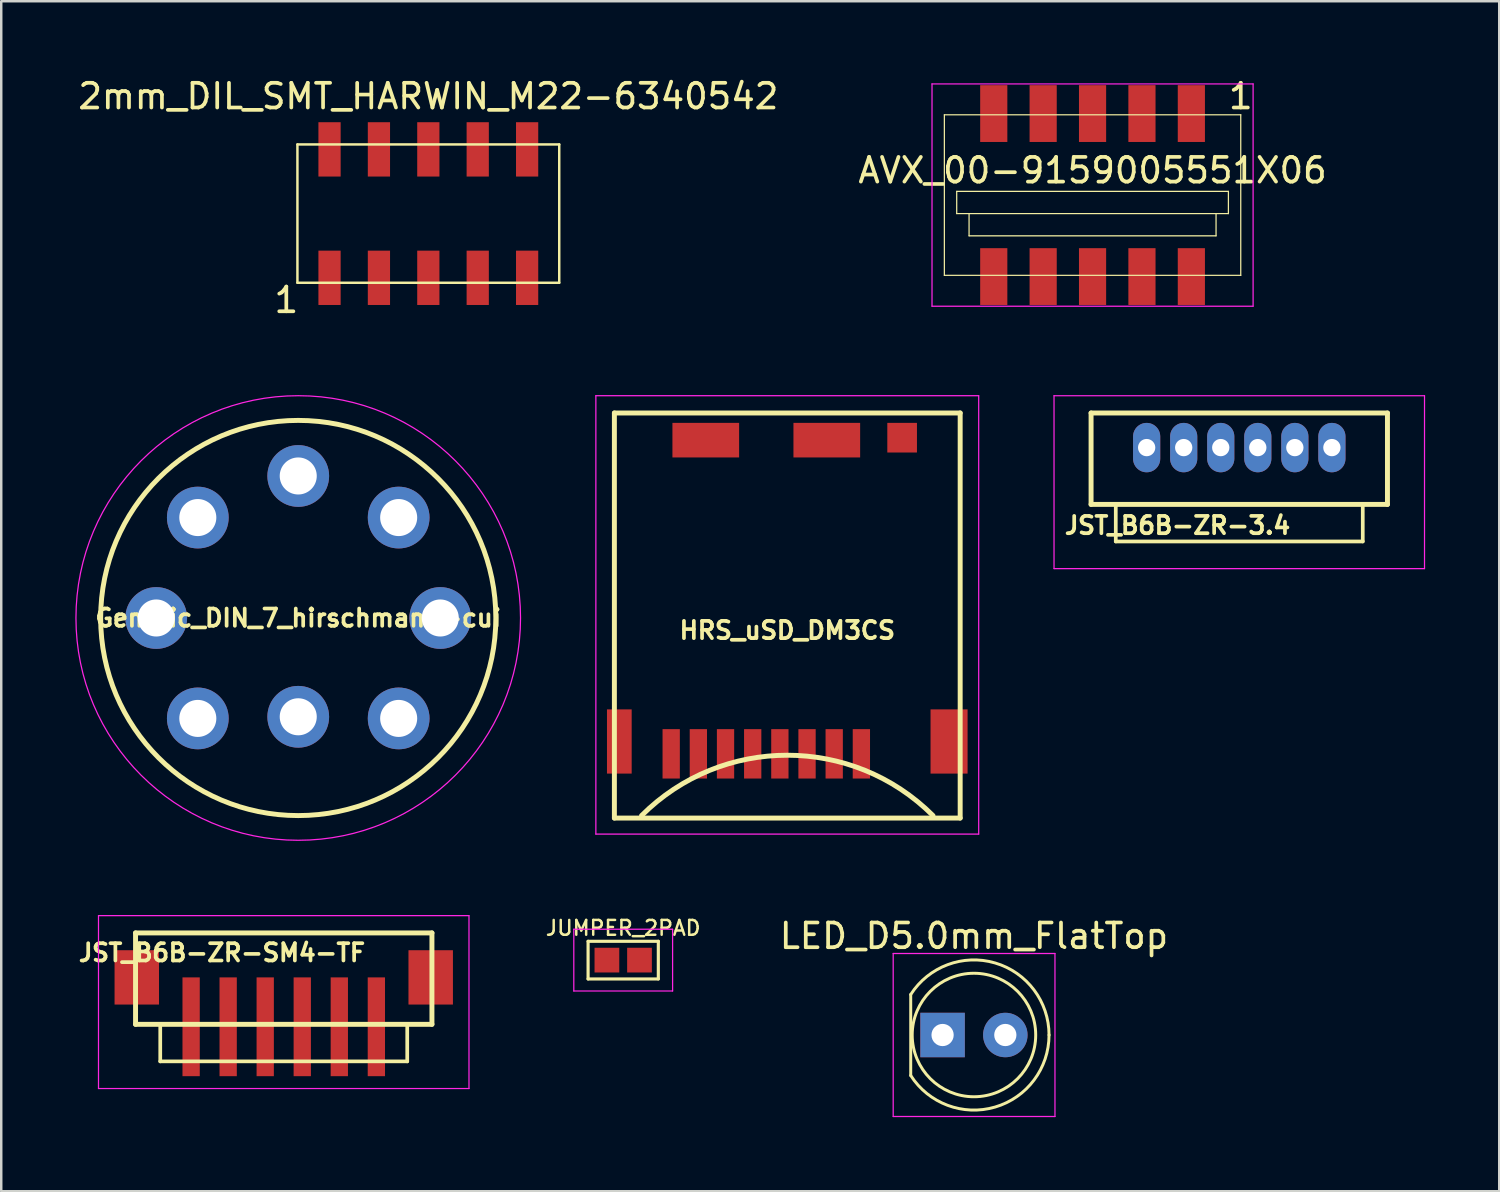
<source format=kicad_pcb>
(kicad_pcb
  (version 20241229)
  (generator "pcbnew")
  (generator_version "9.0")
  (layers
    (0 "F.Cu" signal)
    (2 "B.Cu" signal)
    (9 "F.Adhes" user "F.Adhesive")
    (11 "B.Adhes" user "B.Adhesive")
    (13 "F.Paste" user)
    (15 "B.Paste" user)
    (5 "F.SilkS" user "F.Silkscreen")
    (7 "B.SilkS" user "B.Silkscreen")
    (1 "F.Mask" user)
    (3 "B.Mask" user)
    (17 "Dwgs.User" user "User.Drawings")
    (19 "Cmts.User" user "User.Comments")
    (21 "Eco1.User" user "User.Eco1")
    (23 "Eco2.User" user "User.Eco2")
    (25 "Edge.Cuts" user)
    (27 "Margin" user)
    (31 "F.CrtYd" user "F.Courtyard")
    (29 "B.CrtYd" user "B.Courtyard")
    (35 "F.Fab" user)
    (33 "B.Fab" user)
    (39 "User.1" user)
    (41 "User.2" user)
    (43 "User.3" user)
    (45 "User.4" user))
  (footprint "AVX_00-9159005551X06"
    (layer "F.Cu")
    (at 41.185 4.848)
    (property "Reference" "AVX_00-9159005551X06" (at 0 -1 0) (layer "F.SilkS") (effects (font (size 1 1) (thickness 0.15))))
    (attr through_hole)
    (fp_line (start -6 -3.25) (end 6 -3.25) (stroke (width 0.05) (type solid)) (layer "F.SilkS"))
    (fp_line (start -6 3.25) (end -6 -3.25) (stroke (width 0.05) (type solid)) (layer "F.SilkS"))
    (fp_line (start -5.5 -0.15) (end -5.5 0.75) (stroke (width 0.05) (type solid)) (layer "F.SilkS"))
    (fp_line (start -5.5 -0.15) (end 5.5 -0.15) (stroke (width 0.05) (type solid)) (layer "F.SilkS"))
    (fp_line (start -5.5 0.75) (end 5.5 0.75) (stroke (width 0.05) (type solid)) (layer "F.SilkS"))
    (fp_line (start -5 1.65) (end -5 0.75) (stroke (width 0.05) (type solid)) (layer "F.SilkS"))
    (fp_line (start -5 1.65) (end 5 1.65) (stroke (width 0.05) (type solid)) (layer "F.SilkS"))
    (fp_line (start 5 1.65) (end 5 0.75) (stroke (width 0.05) (type solid)) (layer "F.SilkS"))
    (fp_line (start 5.5 0.75) (end 5.5 -0.15) (stroke (width 0.05) (type solid)) (layer "F.SilkS"))
    (fp_line (start 6 -3.25) (end 6 3.25) (stroke (width 0.05) (type solid)) (layer "F.SilkS"))
    (fp_line (start 6 3.25) (end -6 3.25) (stroke (width 0.05) (type solid)) (layer "F.SilkS"))
    (fp_line (start -6.5 -4.5) (end 6.5 -4.5) (stroke (width 0.05) (type solid)) (layer "F.CrtYd"))
    (fp_line (start -6.5 4.5) (end -6.5 -4.5) (stroke (width 0.05) (type solid)) (layer "F.CrtYd"))
    (fp_line (start 6.5 -4.5) (end 6.5 4.5) (stroke (width 0.05) (type solid)) (layer "F.CrtYd"))
    (fp_line (start 6.5 4.5) (end -6.5 4.5) (stroke (width 0.05) (type solid)) (layer "F.CrtYd"))
    (fp_text user "1" (at 6 -4 0) (layer "F.SilkS") (effects (font (size 1 1) (thickness 0.15))))
    (pad "1" smd rect (at 4 -3.3) (size 1.1 2.3) (layers "F.Cu" "F.Mask"))
    (pad "1" smd rect (at 4 3.3) (size 1.1 2.3) (layers "F.Cu" "F.Mask"))
    (pad "2" smd rect (at 2 -3.3) (size 1.1 2.3) (layers "F.Cu" "F.Mask"))
    (pad "2" smd rect (at 2 3.3) (size 1.1 2.3) (layers "F.Cu" "F.Mask"))
    (pad "3" smd rect (at 0 -3.3) (size 1.1 2.3) (layers "F.Cu" "F.Mask"))
    (pad "3" smd rect (at 0 3.3) (size 1.1 2.3) (layers "F.Cu" "F.Mask"))
    (pad "4" smd rect (at -2 -3.3) (size 1.1 2.3) (layers "F.Cu" "F.Mask"))
    (pad "4" smd rect (at -2 3.3) (size 1.1 2.3) (layers "F.Cu" "F.Mask"))
    (pad "5" smd rect (at -4 -3.3) (size 1.1 2.3) (layers "F.Cu" "F.Mask"))
    (pad "5" smd rect (at -4 3.3) (size 1.1 2.3) (layers "F.Cu" "F.Mask")))
  (footprint "HRS_uSD_DM3CS"
    (layer "F.Cu")
    (at 31.825 27.471)
    (property "Reference" "HRS_uSD_DM3CS" (at -3 -5 0) (layer "F.SilkS") (effects (font (size 0.7 0.7) (thickness 0.15))))
    (attr through_hole)
    (fp_line (start -10 -13.8) (end -10 2.6) (stroke (width 0.2) (type solid)) (layer "F.SilkS"))
    (fp_line (start -10 2.6) (end 4 2.6) (stroke (width 0.2) (type solid)) (layer "F.SilkS"))
    (fp_line (start 4 -13.8) (end -10 -13.8) (stroke (width 0.2) (type solid)) (layer "F.SilkS"))
    (fp_line (start 4 -13.8) (end 4 2.6) (stroke (width 0.2) (type solid)) (layer "F.SilkS"))
    (fp_arc (start -8.9 2.5) (mid -3 0.05614) (end 2.9 2.5) (stroke (width 0.2) (type solid)) (layer "F.SilkS"))
    (fp_line (start -10.75 -14.5) (end -10.75 3.25) (stroke (width 0.05) (type solid)) (layer "F.CrtYd"))
    (fp_line (start -10.75 -14.5) (end 4.75 -14.5) (stroke (width 0.05) (type solid)) (layer "F.CrtYd"))
    (fp_line (start -10.75 3.25) (end 4.75 3.25) (stroke (width 0.05) (type solid)) (layer "F.CrtYd"))
    (fp_line (start 4.75 -14.5) (end 4.75 3.25) (stroke (width 0.05) (type solid)) (layer "F.CrtYd"))
    (pad "1" smd rect (at 0 0) (size 0.7 2) (layers "F.Cu" "F.Mask"))
    (pad "2" smd rect (at -1.1 0) (size 0.7 2) (layers "F.Cu" "F.Mask"))
    (pad "3" smd rect (at -2.2 0) (size 0.7 2) (layers "F.Cu" "F.Mask"))
    (pad "4" smd rect (at -3.3 0) (size 0.7 2) (layers "F.Cu" "F.Mask"))
    (pad "5" smd rect (at -4.4 0) (size 0.7 2) (layers "F.Cu" "F.Mask"))
    (pad "6" smd rect (at -5.5 0) (size 0.7 2) (layers "F.Cu" "F.Mask"))
    (pad "7" smd rect (at -6.6 0) (size 0.7 2) (layers "F.Cu" "F.Mask"))
    (pad "8" smd rect (at -7.7 0) (size 0.7 2) (layers "F.Cu" "F.Mask"))
    (pad "9" smd rect (at -1.4 -12.7) (size 2.7 1.4) (layers "F.Cu" "F.Mask"))
    (pad "10" smd rect (at -9.8 -0.5) (size 1 2.6) (layers "F.Cu" "F.Mask"))
    (pad "10" smd rect (at -6.3 -12.7) (size 2.7 1.4) (layers "F.Cu" "F.Mask"))
    (pad "10" smd rect (at 1.65 -12.8) (size 1.2 1.2) (layers "F.Cu" "F.Mask"))
    (pad "10" smd rect (at 3.55 -0.5) (size 1.5 2.6) (layers "F.Cu" "F.Mask")))
  (footprint "2mm_DIL_SMT_HARWIN_M22-6340542"
    (layer "F.Cu")
    (at 14.292 5.598)
    (property "Reference" "2mm_DIL_SMT_HARWIN_M22-6340542" (at 0 -4.75 0) (layer "F.SilkS") (effects (font (size 1 1) (thickness 0.15))))
    (attr through_hole)
    (fp_line (start -5.3 -2.8) (end -5.3 2.8) (stroke (width 0.1) (type solid)) (layer "F.SilkS"))
    (fp_line (start -5.3 -2.8) (end 5.3 -2.8) (stroke (width 0.1) (type solid)) (layer "F.SilkS"))
    (fp_line (start -5.3 2.8) (end 5.3 2.8) (stroke (width 0.1) (type solid)) (layer "F.SilkS"))
    (fp_line (start 5.3 -2.8) (end 5.3 2.8) (stroke (width 0.1) (type solid)) (layer "F.SilkS"))
    (fp_text user "1" (at -5.75 3.5 0) (layer "F.SilkS") (effects (font (size 1 1) (thickness 0.15))))
    (pad "1" smd rect (at -4 2.6) (size 0.9 2.2) (layers "F.Cu" "F.Mask"))
    (pad "2" smd rect (at -4 -2.6) (size 0.9 2.2) (layers "F.Cu" "F.Mask"))
    (pad "3" smd rect (at -2 2.6) (size 0.9 2.2) (layers "F.Cu" "F.Mask"))
    (pad "4" smd rect (at -2 -2.6) (size 0.9 2.2) (layers "F.Cu" "F.Mask"))
    (pad "5" smd rect (at 0 2.6) (size 0.9 2.2) (layers "F.Cu" "F.Mask"))
    (pad "6" smd rect (at 0 -2.6) (size 0.9 2.2) (layers "F.Cu" "F.Mask"))
    (pad "7" smd rect (at 2 2.6) (size 0.9 2.2) (layers "F.Cu" "F.Mask"))
    (pad "8" smd rect (at 2 -2.6) (size 0.9 2.2) (layers "F.Cu" "F.Mask"))
    (pad "9" smd rect (at 4 2.6) (size 0.9 2.2) (layers "F.Cu" "F.Mask"))
    (pad "10" smd rect (at 4 -2.6) (size 0.9 2.2) (layers "F.Cu" "F.Mask")))
  (footprint "Generic_DIN_7_hirschmann-cui"
    (layer "F.Cu")
    (at 9.025 21.971)
    (property "Reference" "Generic_DIN_7_hirschmann-cui" (at 0 0 0) (layer "F.SilkS") (effects (font (size 0.7 0.7) (thickness 0.15))))
    (attr through_hole)
    (fp_circle (center 0 0) (end 8 0) (stroke (width 0.2) (type solid)) (fill no) (layer "F.SilkS"))
    (fp_circle (center 0 0) (end -9 0) (stroke (width 0.05) (type solid)) (fill no) (layer "F.CrtYd"))
    (pad "1" thru_hole circle (at -5.75 0) (size 2.5 2.5) (drill 1.5) (layers "*.Cu" "*.Mask"))
    (pad "2" thru_hole circle (at 0 -5.75 270) (size 2.5 2.5) (drill 1.5) (layers "*.Cu" "*.Mask"))
    (pad "3" thru_hole circle (at 5.75 0 180) (size 2.5 2.5) (drill 1.5) (layers "*.Cu" "*.Mask"))
    (pad "4" thru_hole circle (at -4.066 -4.066 315) (size 2.5 2.5) (drill 1.5) (layers "*.Cu" "*.Mask"))
    (pad "5" thru_hole circle (at 4.066 -4.066 225) (size 2.5 2.5) (drill 1.5) (layers "*.Cu" "*.Mask"))
    (pad "6" thru_hole circle (at -4.066 4.066 45) (size 2.5 2.5) (drill 1.5) (layers "*.Cu" "*.Mask"))
    (pad "7" thru_hole circle (at 4.066 4.066 135) (size 2.5 2.5) (drill 1.5) (layers "*.Cu" "*.Mask"))
    (pad "8" thru_hole circle (at 0 4) (size 2.5 2.5) (drill 1.5) (layers "*.Cu" "*.Mask")))
  (footprint "JST_B6B-ZR-3.4"
    (layer "F.Cu")
    (at 47.125 14.472)
    (property "Reference" "JST_B6B-ZR-3.4" (at -2.5 3.75 0) (layer "F.SilkS") (effects (font (size 0.7 0.7) (thickness 0.15))))
    (attr through_hole)
    (fp_line (start -6 -0.8) (end -6 2.9) (stroke (width 0.2) (type solid)) (layer "F.SilkS"))
    (fp_line (start -6 -0.8) (end 6 -0.8) (stroke (width 0.2) (type solid)) (layer "F.SilkS"))
    (fp_line (start -6 2.9) (end 6 2.9) (stroke (width 0.2) (type solid)) (layer "F.SilkS"))
    (fp_line (start -5 2.9) (end -5 4.4) (stroke (width 0.15) (type solid)) (layer "F.SilkS"))
    (fp_line (start -5 4.4) (end 5 4.4) (stroke (width 0.15) (type solid)) (layer "F.SilkS"))
    (fp_line (start 5 4.4) (end 5 2.9) (stroke (width 0.15) (type solid)) (layer "F.SilkS"))
    (fp_line (start 6 -0.8) (end 6 2.9) (stroke (width 0.2) (type solid)) (layer "F.SilkS"))
    (fp_line (start -7.5 -1.5) (end 7.5 -1.5) (stroke (width 0.05) (type solid)) (layer "F.CrtYd"))
    (fp_line (start -7.5 5.5) (end -7.5 -1.5) (stroke (width 0.05) (type solid)) (layer "F.CrtYd"))
    (fp_line (start 7.5 -1.5) (end 7.5 5.5) (stroke (width 0.05) (type solid)) (layer "F.CrtYd"))
    (fp_line (start 7.5 5.5) (end -7.5 5.5) (stroke (width 0.05) (type solid)) (layer "F.CrtYd"))
    (pad "1" thru_hole oval (at -3.75 0.6) (size 1.1 2) (drill 0.7) (layers "*.Cu" "*.Mask"))
    (pad "2" thru_hole oval (at -2.25 0.6) (size 1.1 2) (drill 0.7) (layers "*.Cu" "*.Mask"))
    (pad "3" thru_hole oval (at -0.75 0.6) (size 1.1 2) (drill 0.7) (layers "*.Cu" "*.Mask"))
    (pad "4" thru_hole oval (at 0.75 0.6) (size 1.1 2) (drill 0.7) (layers "*.Cu" "*.Mask"))
    (pad "5" thru_hole oval (at 2.25 0.6) (size 1.1 2) (drill 0.7) (layers "*.Cu" "*.Mask"))
    (pad "6" thru_hole oval (at 3.75 0.6) (size 1.1 2) (drill 0.7) (layers "*.Cu" "*.Mask")))
  (footprint "JST_B6B-ZR-SM4-TF"
    (layer "F.Cu")
    (at 8.438 35.522)
    (property "Reference" "JST_B6B-ZR-SM4-TF" (at -2.5 0 0) (layer "F.SilkS") (effects (font (size 0.7 0.7) (thickness 0.15))))
    (attr through_hole)
    (fp_line (start -6 -0.8) (end -6 2.9) (stroke (width 0.2) (type solid)) (layer "F.SilkS"))
    (fp_line (start -6 -0.8) (end 6 -0.8) (stroke (width 0.2) (type solid)) (layer "F.SilkS"))
    (fp_line (start -6 2.9) (end 6 2.9) (stroke (width 0.2) (type solid)) (layer "F.SilkS"))
    (fp_line (start -5 2.9) (end -5 4.4) (stroke (width 0.15) (type solid)) (layer "F.SilkS"))
    (fp_line (start -5 4.4) (end 5 4.4) (stroke (width 0.15) (type solid)) (layer "F.SilkS"))
    (fp_line (start 5 4.4) (end 5 2.9) (stroke (width 0.15) (type solid)) (layer "F.SilkS"))
    (fp_line (start 6 -0.8) (end 6 2.9) (stroke (width 0.2) (type solid)) (layer "F.SilkS"))
    (fp_line (start -7.5 -1.5) (end 7.5 -1.5) (stroke (width 0.05) (type solid)) (layer "F.CrtYd"))
    (fp_line (start -7.5 5.5) (end -7.5 -1.5) (stroke (width 0.05) (type solid)) (layer "F.CrtYd"))
    (fp_line (start 7.5 -1.5) (end 7.5 5.5) (stroke (width 0.05) (type solid)) (layer "F.CrtYd"))
    (fp_line (start 7.5 5.5) (end -7.5 5.5) (stroke (width 0.05) (type solid)) (layer "F.CrtYd"))
    (pad "1" smd rect (at -3.75 3) (size 0.7 4) (layers "F.Cu" "F.Mask"))
    (pad "2" smd rect (at -2.25 3) (size 0.7 4) (layers "F.Cu" "F.Mask"))
    (pad "3" smd rect (at -0.75 3) (size 0.7 4) (layers "F.Cu" "F.Mask"))
    (pad "4" smd rect (at 0.75 3) (size 0.7 4) (layers "F.Cu" "F.Mask"))
    (pad "5" smd rect (at 2.25 3) (size 0.7 4) (layers "F.Cu" "F.Mask"))
    (pad "6" smd rect (at 3.75 3) (size 0.7 4) (layers "F.Cu" "F.Mask"))
    (pad "7" smd rect (at 5.95 1) (size 1.8 2.2) (layers "F.Cu" "F.Mask"))
    (pad "8" smd rect (at -5.95 1) (size 1.8 2.2) (layers "F.Cu" "F.Mask")))
  (footprint "JUMPER_2PAD"
    (layer "F.Cu")
    (at 22.182 35.823)
    (property "Reference" "JUMPER_2PAD" (at 0 -1.3 0) (layer "F.SilkS") (effects (font (size 0.6 0.6) (thickness 0.1))))
    (attr through_hole)
    (fp_line (start -1.422 -0.762) (end 1.422 -0.762) (stroke (width 0.127) (type solid)) (layer "F.SilkS"))
    (fp_line (start -1.422 0.762) (end -1.422 -0.762) (stroke (width 0.127) (type solid)) (layer "F.SilkS"))
    (fp_line (start 1.422 -0.762) (end 1.422 0.762) (stroke (width 0.127) (type solid)) (layer "F.SilkS"))
    (fp_line (start 1.422 0.762) (end -1.422 0.762) (stroke (width 0.127) (type solid)) (layer "F.SilkS"))
    (fp_line (start -2 -1.25) (end 2 -1.25) (stroke (width 0.05) (type solid)) (layer "F.CrtYd"))
    (fp_line (start -2 1.25) (end -2 -1.25) (stroke (width 0.05) (type solid)) (layer "F.CrtYd"))
    (fp_line (start 2 -1.25) (end 2 1.25) (stroke (width 0.05) (type solid)) (layer "F.CrtYd"))
    (fp_line (start 2 1.25) (end -2 1.25) (stroke (width 0.05) (type solid)) (layer "F.CrtYd"))
    (pad "1" smd rect (at -0.66 0) (size 1.001 1.001) (layers "F.Cu" "F.Mask"))
    (pad "2" smd rect (at 0.66 0) (size 1.001 1.001) (layers "F.Cu" "F.Mask")))
  (footprint "LED_D5.0mm_FlatTop"
    (layer "F.Cu")
    (at 35.113 38.855)
    (property "Reference" "LED_D5.0mm_FlatTop" (at 1.27 -4.01 0) (layer "F.SilkS") (effects (font (size 1 1) (thickness 0.15))))
    (attr through_hole)
    (fp_line (start -1.29 -1.64) (end -1.29 1.64) (stroke (width 0.12) (type solid)) (layer "F.SilkS"))
    (fp_arc (start -1.29 -1.639512) (mid 2.125106 -2.917258) (end 4.309999 0.001958) (stroke (width 0.12) (type solid)) (layer "F.SilkS"))
    (fp_arc (start 4.309999 -0.001958) (mid 2.125106 2.917258) (end -1.29 1.639512) (stroke (width 0.12) (type solid)) (layer "F.SilkS"))
    (fp_circle (center 1.27 0) (end 3.77 0) (stroke (width 0.12) (type solid)) (fill no) (layer "F.SilkS"))
    (fp_line (start -2 -3.3) (end -2 3.3) (stroke (width 0.05) (type solid)) (layer "F.CrtYd"))
    (fp_line (start -2 3.3) (end 4.55 3.3) (stroke (width 0.05) (type solid)) (layer "F.CrtYd"))
    (fp_line (start 4.55 -3.3) (end -2 -3.3) (stroke (width 0.05) (type solid)) (layer "F.CrtYd"))
    (fp_line (start 4.55 3.3) (end 4.55 -3.3) (stroke (width 0.05) (type solid)) (layer "F.CrtYd"))
    (pad "1" thru_hole rect (at 0 0) (size 1.8 1.8) (drill 0.9) (layers "*.Cu" "*.Mask"))
    (pad "2" thru_hole circle (at 2.54 0) (size 1.8 1.8) (drill 0.9) (layers "*.Cu" "*.Mask")))
  (gr_rect
    (start -3 -3)
    (end 57.65 45.18)
    (stroke (width 0.1) (type default))
    (fill no)
    (layer "Edge.Cuts")))
</source>
